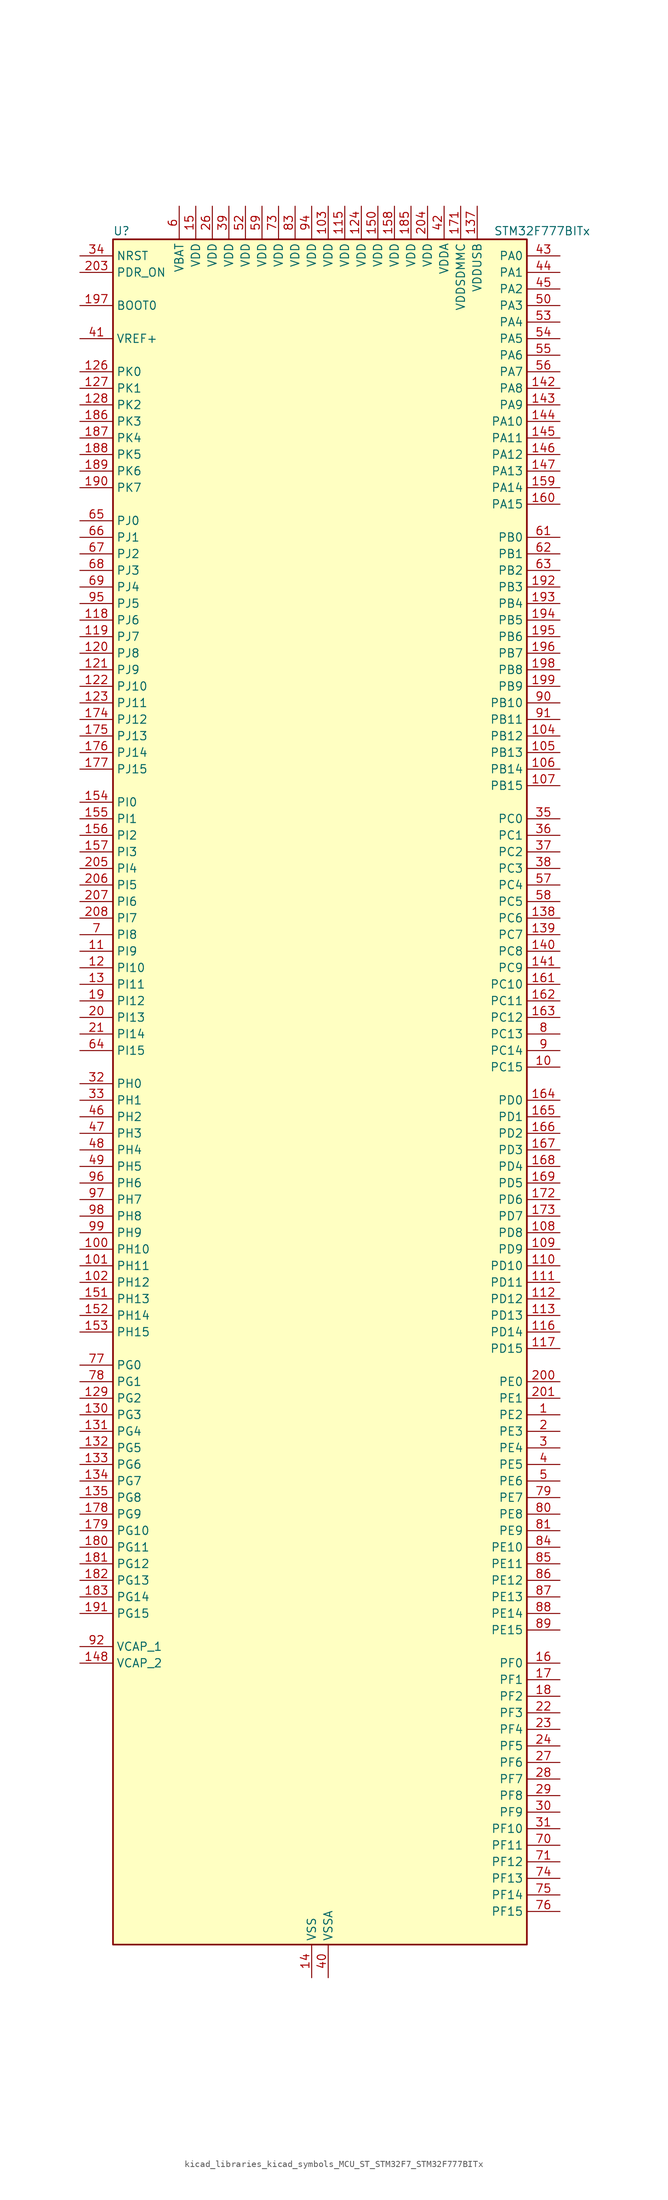
<source format=kicad_sym>
(kicad_symbol_lib
  (version 20220914)
  (generator kicad_symbol_editor)
  (symbol "kicad_libraries_kicad_symbols_MCU_ST_STM32F7_STM32F777BITx"
    (property "Reference" "U"
      (at -30.48 133.35 0)
      (effects (font (size 1.27 1.27)) (justify left)))
    (property "Value" "STM32F777BITx"
      (at 27.94 133.35 0)
      (effects (font (size 1.27 1.27)) (justify left)))
    (property "ki_locked" ""
      (at 0 0 0)
      (effects (font (size 1.27 1.27))))
    (symbol "kicad_libraries_kicad_symbols_MCU_ST_STM32F7_STM32F777BITx_0_1"
      (rectangle (start -30.48 -129.54) (end 33.02 132.08) (stroke (width 0.254) (type default)) (fill (type background))))
    (symbol "kicad_libraries_kicad_symbols_MCU_ST_STM32F7_STM32F777BITx_1_1"
      (pin bidirectional line (at 38.1 -48.26 180) (length 5.08) (name "PE2" (effects (font (size 1.27 1.27)))) (number "1" (effects (font (size 1.27 1.27)))) (alternate "ETH_TXD3" bidirectional line) (alternate "FMC_A23" bidirectional line) (alternate "QUADSPI_BK1_IO2" bidirectional line) (alternate "SAI1_MCLK_A" bidirectional line) (alternate "SPI4_SCK" bidirectional line) (alternate "SYS_TRACECLK" bidirectional line))
      (pin bidirectional line (at 38.1 5.08 180) (length 5.08) (name "PC15" (effects (font (size 1.27 1.27)))) (number "10" (effects (font (size 1.27 1.27)))) (alternate "RCC_OSC32_OUT" bidirectional line))
      (pin bidirectional line (at -35.56 -22.86 0) (length 5.08) (name "PH10" (effects (font (size 1.27 1.27)))) (number "100" (effects (font (size 1.27 1.27)))) (alternate "DCMI_D1" bidirectional line) (alternate "FMC_D18" bidirectional line) (alternate "I2C4_SMBA" bidirectional line) (alternate "LTDC_R4" bidirectional line) (alternate "TIM5_CH1" bidirectional line))
      (pin bidirectional line (at -35.56 -25.4 0) (length 5.08) (name "PH11" (effects (font (size 1.27 1.27)))) (number "101" (effects (font (size 1.27 1.27)))) (alternate "ADC1_EXTI11" bidirectional line) (alternate "ADC2_EXTI11" bidirectional line) (alternate "ADC3_EXTI11" bidirectional line) (alternate "DCMI_D2" bidirectional line) (alternate "FMC_D19" bidirectional line) (alternate "I2C4_SCL" bidirectional line) (alternate "LTDC_R5" bidirectional line) (alternate "TIM5_CH2" bidirectional line))
      (pin bidirectional line (at -35.56 -27.94 0) (length 5.08) (name "PH12" (effects (font (size 1.27 1.27)))) (number "102" (effects (font (size 1.27 1.27)))) (alternate "DCMI_D3" bidirectional line) (alternate "FMC_D20" bidirectional line) (alternate "I2C4_SDA" bidirectional line) (alternate "LTDC_R6" bidirectional line) (alternate "TIM5_CH3" bidirectional line))
      (pin power_in line (at 2.54 137.16 270) (length 5.08) (name "VDD" (effects (font (size 1.27 1.27)))) (number "103" (effects (font (size 1.27 1.27)))))
      (pin bidirectional line (at 38.1 55.88 180) (length 5.08) (name "PB12" (effects (font (size 1.27 1.27)))) (number "104" (effects (font (size 1.27 1.27)))) (alternate "CAN2_RX" bidirectional line) (alternate "DFSDM1_DATIN1" bidirectional line) (alternate "ETH_TXD0" bidirectional line) (alternate "I2C2_SMBA" bidirectional line) (alternate "I2S2_WS" bidirectional line) (alternate "SPI2_NSS" bidirectional line) (alternate "TIM1_BKIN" bidirectional line) (alternate "UART5_RX" bidirectional line) (alternate "USART3_CK" bidirectional line) (alternate "USB_OTG_HS_ID" bidirectional line) (alternate "USB_OTG_HS_ULPI_D5" bidirectional line))
      (pin bidirectional line (at 38.1 53.34 180) (length 5.08) (name "PB13" (effects (font (size 1.27 1.27)))) (number "105" (effects (font (size 1.27 1.27)))) (alternate "CAN2_TX" bidirectional line) (alternate "DFSDM1_CKIN1" bidirectional line) (alternate "ETH_TXD1" bidirectional line) (alternate "I2S2_CK" bidirectional line) (alternate "SPI2_SCK" bidirectional line) (alternate "TIM1_CH1N" bidirectional line) (alternate "UART5_TX" bidirectional line) (alternate "USART3_CTS" bidirectional line) (alternate "USB_OTG_HS_ULPI_D6" bidirectional line) (alternate "USB_OTG_HS_VBUS" bidirectional line))
      (pin bidirectional line (at 38.1 50.8 180) (length 5.08) (name "PB14" (effects (font (size 1.27 1.27)))) (number "106" (effects (font (size 1.27 1.27)))) (alternate "DFSDM1_DATIN2" bidirectional line) (alternate "SDMMC2_D0" bidirectional line) (alternate "SPI2_MISO" bidirectional line) (alternate "TIM12_CH1" bidirectional line) (alternate "TIM1_CH2N" bidirectional line) (alternate "TIM8_CH2N" bidirectional line) (alternate "UART4_DE" bidirectional line) (alternate "UART4_RTS" bidirectional line) (alternate "USART1_TX" bidirectional line) (alternate "USART3_DE" bidirectional line) (alternate "USART3_RTS" bidirectional line) (alternate "USB_OTG_HS_DM" bidirectional line))
      (pin bidirectional line (at 38.1 48.26 180) (length 5.08) (name "PB15" (effects (font (size 1.27 1.27)))) (number "107" (effects (font (size 1.27 1.27)))) (alternate "DFSDM1_CKIN2" bidirectional line) (alternate "I2S2_SD" bidirectional line) (alternate "RTC_REFIN" bidirectional line) (alternate "SDMMC2_D1" bidirectional line) (alternate "SPI2_MOSI" bidirectional line) (alternate "TIM12_CH2" bidirectional line) (alternate "TIM1_CH3N" bidirectional line) (alternate "TIM8_CH3N" bidirectional line) (alternate "UART4_CTS" bidirectional line) (alternate "USART1_RX" bidirectional line) (alternate "USB_OTG_HS_DP" bidirectional line))
      (pin bidirectional line (at 38.1 -20.32 180) (length 5.08) (name "PD8" (effects (font (size 1.27 1.27)))) (number "108" (effects (font (size 1.27 1.27)))) (alternate "DFSDM1_CKIN3" bidirectional line) (alternate "FMC_D13" bidirectional line) (alternate "FMC_DA13" bidirectional line) (alternate "SPDIFRX_IN1" bidirectional line) (alternate "USART3_TX" bidirectional line))
      (pin bidirectional line (at 38.1 -22.86 180) (length 5.08) (name "PD9" (effects (font (size 1.27 1.27)))) (number "109" (effects (font (size 1.27 1.27)))) (alternate "DAC_EXTI9" bidirectional line) (alternate "DFSDM1_DATIN3" bidirectional line) (alternate "FMC_D14" bidirectional line) (alternate "FMC_DA14" bidirectional line) (alternate "USART3_RX" bidirectional line))
      (pin bidirectional line (at -35.56 22.86 0) (length 5.08) (name "PI9" (effects (font (size 1.27 1.27)))) (number "11" (effects (font (size 1.27 1.27)))) (alternate "CAN1_RX" bidirectional line) (alternate "DAC_EXTI9" bidirectional line) (alternate "FMC_D30" bidirectional line) (alternate "LTDC_VSYNC" bidirectional line) (alternate "UART4_RX" bidirectional line))
      (pin bidirectional line (at 38.1 -25.4 180) (length 5.08) (name "PD10" (effects (font (size 1.27 1.27)))) (number "110" (effects (font (size 1.27 1.27)))) (alternate "DFSDM1_CKOUT" bidirectional line) (alternate "FMC_D15" bidirectional line) (alternate "FMC_DA15" bidirectional line) (alternate "LTDC_B3" bidirectional line) (alternate "USART3_CK" bidirectional line))
      (pin bidirectional line (at 38.1 -27.94 180) (length 5.08) (name "PD11" (effects (font (size 1.27 1.27)))) (number "111" (effects (font (size 1.27 1.27)))) (alternate "ADC1_EXTI11" bidirectional line) (alternate "ADC2_EXTI11" bidirectional line) (alternate "ADC3_EXTI11" bidirectional line) (alternate "FMC_A16" bidirectional line) (alternate "FMC_CLE" bidirectional line) (alternate "I2C4_SMBA" bidirectional line) (alternate "QUADSPI_BK1_IO0" bidirectional line) (alternate "SAI2_SD_A" bidirectional line) (alternate "USART3_CTS" bidirectional line))
      (pin bidirectional line (at 38.1 -30.48 180) (length 5.08) (name "PD12" (effects (font (size 1.27 1.27)))) (number "112" (effects (font (size 1.27 1.27)))) (alternate "FMC_A17" bidirectional line) (alternate "FMC_ALE" bidirectional line) (alternate "I2C4_SCL" bidirectional line) (alternate "LPTIM1_IN1" bidirectional line) (alternate "QUADSPI_BK1_IO1" bidirectional line) (alternate "SAI2_FS_A" bidirectional line) (alternate "TIM4_CH1" bidirectional line) (alternate "USART3_DE" bidirectional line) (alternate "USART3_RTS" bidirectional line))
      (pin bidirectional line (at 38.1 -33.02 180) (length 5.08) (name "PD13" (effects (font (size 1.27 1.27)))) (number "113" (effects (font (size 1.27 1.27)))) (alternate "FMC_A18" bidirectional line) (alternate "I2C4_SDA" bidirectional line) (alternate "LPTIM1_OUT" bidirectional line) (alternate "QUADSPI_BK1_IO3" bidirectional line) (alternate "SAI2_SCK_A" bidirectional line) (alternate "TIM4_CH2" bidirectional line))
      (pin passive line (at 0 -134.62 90) (length 5.08) hide (name "VSS" (effects (font (size 1.27 1.27)))) (number "114" (effects (font (size 1.27 1.27)))))
      (pin power_in line (at 5.08 137.16 270) (length 5.08) (name "VDD" (effects (font (size 1.27 1.27)))) (number "115" (effects (font (size 1.27 1.27)))))
      (pin bidirectional line (at 38.1 -35.56 180) (length 5.08) (name "PD14" (effects (font (size 1.27 1.27)))) (number "116" (effects (font (size 1.27 1.27)))) (alternate "FMC_D0" bidirectional line) (alternate "FMC_DA0" bidirectional line) (alternate "TIM4_CH3" bidirectional line) (alternate "UART8_CTS" bidirectional line))
      (pin bidirectional line (at 38.1 -38.1 180) (length 5.08) (name "PD15" (effects (font (size 1.27 1.27)))) (number "117" (effects (font (size 1.27 1.27)))) (alternate "FMC_D1" bidirectional line) (alternate "FMC_DA1" bidirectional line) (alternate "TIM4_CH4" bidirectional line) (alternate "UART8_DE" bidirectional line) (alternate "UART8_RTS" bidirectional line))
      (pin bidirectional line (at -35.56 73.66 0) (length 5.08) (name "PJ6" (effects (font (size 1.27 1.27)))) (number "118" (effects (font (size 1.27 1.27)))) (alternate "LTDC_R7" bidirectional line))
      (pin bidirectional line (at -35.56 71.12 0) (length 5.08) (name "PJ7" (effects (font (size 1.27 1.27)))) (number "119" (effects (font (size 1.27 1.27)))) (alternate "LTDC_G0" bidirectional line))
      (pin bidirectional line (at -35.56 20.32 0) (length 5.08) (name "PI10" (effects (font (size 1.27 1.27)))) (number "12" (effects (font (size 1.27 1.27)))) (alternate "ETH_RX_ER" bidirectional line) (alternate "FMC_D31" bidirectional line) (alternate "LTDC_HSYNC" bidirectional line))
      (pin bidirectional line (at -35.56 68.58 0) (length 5.08) (name "PJ8" (effects (font (size 1.27 1.27)))) (number "120" (effects (font (size 1.27 1.27)))) (alternate "LTDC_G1" bidirectional line))
      (pin bidirectional line (at -35.56 66.04 0) (length 5.08) (name "PJ9" (effects (font (size 1.27 1.27)))) (number "121" (effects (font (size 1.27 1.27)))) (alternate "DAC_EXTI9" bidirectional line) (alternate "LTDC_G2" bidirectional line))
      (pin bidirectional line (at -35.56 63.5 0) (length 5.08) (name "PJ10" (effects (font (size 1.27 1.27)))) (number "122" (effects (font (size 1.27 1.27)))) (alternate "LTDC_G3" bidirectional line))
      (pin bidirectional line (at -35.56 60.96 0) (length 5.08) (name "PJ11" (effects (font (size 1.27 1.27)))) (number "123" (effects (font (size 1.27 1.27)))) (alternate "ADC1_EXTI11" bidirectional line) (alternate "ADC2_EXTI11" bidirectional line) (alternate "ADC3_EXTI11" bidirectional line) (alternate "LTDC_G4" bidirectional line))
      (pin power_in line (at 7.62 137.16 270) (length 5.08) (name "VDD" (effects (font (size 1.27 1.27)))) (number "124" (effects (font (size 1.27 1.27)))))
      (pin passive line (at 0 -134.62 90) (length 5.08) hide (name "VSS" (effects (font (size 1.27 1.27)))) (number "125" (effects (font (size 1.27 1.27)))))
      (pin bidirectional line (at -35.56 111.76 0) (length 5.08) (name "PK0" (effects (font (size 1.27 1.27)))) (number "126" (effects (font (size 1.27 1.27)))) (alternate "LTDC_G5" bidirectional line))
      (pin bidirectional line (at -35.56 109.22 0) (length 5.08) (name "PK1" (effects (font (size 1.27 1.27)))) (number "127" (effects (font (size 1.27 1.27)))) (alternate "LTDC_G6" bidirectional line))
      (pin bidirectional line (at -35.56 106.68 0) (length 5.08) (name "PK2" (effects (font (size 1.27 1.27)))) (number "128" (effects (font (size 1.27 1.27)))) (alternate "LTDC_G7" bidirectional line))
      (pin bidirectional line (at -35.56 -45.72 0) (length 5.08) (name "PG2" (effects (font (size 1.27 1.27)))) (number "129" (effects (font (size 1.27 1.27)))) (alternate "FMC_A12" bidirectional line))
      (pin bidirectional line (at -35.56 17.78 0) (length 5.08) (name "PI11" (effects (font (size 1.27 1.27)))) (number "13" (effects (font (size 1.27 1.27)))) (alternate "ADC1_EXTI11" bidirectional line) (alternate "ADC2_EXTI11" bidirectional line) (alternate "ADC3_EXTI11" bidirectional line) (alternate "LTDC_G6" bidirectional line) (alternate "SYS_WKUP6" bidirectional line) (alternate "USB_OTG_HS_ULPI_DIR" bidirectional line))
      (pin bidirectional line (at -35.56 -48.26 0) (length 5.08) (name "PG3" (effects (font (size 1.27 1.27)))) (number "130" (effects (font (size 1.27 1.27)))) (alternate "FMC_A13" bidirectional line))
      (pin bidirectional line (at -35.56 -50.8 0) (length 5.08) (name "PG4" (effects (font (size 1.27 1.27)))) (number "131" (effects (font (size 1.27 1.27)))) (alternate "FMC_A14" bidirectional line) (alternate "FMC_BA0" bidirectional line))
      (pin bidirectional line (at -35.56 -53.34 0) (length 5.08) (name "PG5" (effects (font (size 1.27 1.27)))) (number "132" (effects (font (size 1.27 1.27)))) (alternate "FMC_A15" bidirectional line) (alternate "FMC_BA1" bidirectional line))
      (pin bidirectional line (at -35.56 -55.88 0) (length 5.08) (name "PG6" (effects (font (size 1.27 1.27)))) (number "133" (effects (font (size 1.27 1.27)))) (alternate "DCMI_D12" bidirectional line) (alternate "FMC_NE3" bidirectional line) (alternate "LTDC_R7" bidirectional line))
      (pin bidirectional line (at -35.56 -58.42 0) (length 5.08) (name "PG7" (effects (font (size 1.27 1.27)))) (number "134" (effects (font (size 1.27 1.27)))) (alternate "DCMI_D13" bidirectional line) (alternate "FMC_INT" bidirectional line) (alternate "LTDC_CLK" bidirectional line) (alternate "SAI1_MCLK_A" bidirectional line) (alternate "USART6_CK" bidirectional line))
      (pin bidirectional line (at -35.56 -60.96 0) (length 5.08) (name "PG8" (effects (font (size 1.27 1.27)))) (number "135" (effects (font (size 1.27 1.27)))) (alternate "ETH_PPS_OUT" bidirectional line) (alternate "FMC_SDCLK" bidirectional line) (alternate "LTDC_G7" bidirectional line) (alternate "SPDIFRX_IN2" bidirectional line) (alternate "SPI6_NSS" bidirectional line) (alternate "USART6_DE" bidirectional line) (alternate "USART6_RTS" bidirectional line))
      (pin passive line (at 0 -134.62 90) (length 5.08) hide (name "VSS" (effects (font (size 1.27 1.27)))) (number "136" (effects (font (size 1.27 1.27)))))
      (pin power_in line (at 25.4 137.16 270) (length 5.08) (name "VDDUSB" (effects (font (size 1.27 1.27)))) (number "137" (effects (font (size 1.27 1.27)))))
      (pin bidirectional line (at 38.1 27.94 180) (length 5.08) (name "PC6" (effects (font (size 1.27 1.27)))) (number "138" (effects (font (size 1.27 1.27)))) (alternate "DCMI_D0" bidirectional line) (alternate "DFSDM1_CKIN3" bidirectional line) (alternate "FMC_NWAIT" bidirectional line) (alternate "I2S2_MCK" bidirectional line) (alternate "LTDC_HSYNC" bidirectional line) (alternate "SDMMC1_D6" bidirectional line) (alternate "SDMMC2_D6" bidirectional line) (alternate "TIM3_CH1" bidirectional line) (alternate "TIM8_CH1" bidirectional line) (alternate "USART6_TX" bidirectional line))
      (pin bidirectional line (at 38.1 25.4 180) (length 5.08) (name "PC7" (effects (font (size 1.27 1.27)))) (number "139" (effects (font (size 1.27 1.27)))) (alternate "DCMI_D1" bidirectional line) (alternate "DFSDM1_DATIN3" bidirectional line) (alternate "FMC_NE1" bidirectional line) (alternate "I2S3_MCK" bidirectional line) (alternate "LTDC_G6" bidirectional line) (alternate "SDMMC1_D7" bidirectional line) (alternate "SDMMC2_D7" bidirectional line) (alternate "TIM3_CH2" bidirectional line) (alternate "TIM8_CH2" bidirectional line) (alternate "USART6_RX" bidirectional line))
      (pin power_in line (at 0 -134.62 90) (length 5.08) (name "VSS" (effects (font (size 1.27 1.27)))) (number "14" (effects (font (size 1.27 1.27)))))
      (pin bidirectional line (at 38.1 22.86 180) (length 5.08) (name "PC8" (effects (font (size 1.27 1.27)))) (number "140" (effects (font (size 1.27 1.27)))) (alternate "DCMI_D2" bidirectional line) (alternate "FMC_NCE" bidirectional line) (alternate "FMC_NE2" bidirectional line) (alternate "SDMMC1_D0" bidirectional line) (alternate "SYS_TRACED1" bidirectional line) (alternate "TIM3_CH3" bidirectional line) (alternate "TIM8_CH3" bidirectional line) (alternate "UART5_DE" bidirectional line) (alternate "UART5_RTS" bidirectional line) (alternate "USART6_CK" bidirectional line))
      (pin bidirectional line (at 38.1 20.32 180) (length 5.08) (name "PC9" (effects (font (size 1.27 1.27)))) (number "141" (effects (font (size 1.27 1.27)))) (alternate "DAC_EXTI9" bidirectional line) (alternate "DCMI_D3" bidirectional line) (alternate "I2C3_SDA" bidirectional line) (alternate "I2S_CKIN" bidirectional line) (alternate "LTDC_B2" bidirectional line) (alternate "LTDC_G3" bidirectional line) (alternate "QUADSPI_BK1_IO0" bidirectional line) (alternate "RCC_MCO_2" bidirectional line) (alternate "SDMMC1_D1" bidirectional line) (alternate "TIM3_CH4" bidirectional line) (alternate "TIM8_CH4" bidirectional line) (alternate "UART5_CTS" bidirectional line))
      (pin bidirectional line (at 38.1 109.22 180) (length 5.08) (name "PA8" (effects (font (size 1.27 1.27)))) (number "142" (effects (font (size 1.27 1.27)))) (alternate "CAN3_RX" bidirectional line) (alternate "I2C3_SCL" bidirectional line) (alternate "LTDC_B3" bidirectional line) (alternate "LTDC_R6" bidirectional line) (alternate "RCC_MCO_1" bidirectional line) (alternate "TIM1_CH1" bidirectional line) (alternate "TIM8_BKIN2" bidirectional line) (alternate "UART7_RX" bidirectional line) (alternate "USART1_CK" bidirectional line) (alternate "USB_OTG_FS_SOF" bidirectional line))
      (pin bidirectional line (at 38.1 106.68 180) (length 5.08) (name "PA9" (effects (font (size 1.27 1.27)))) (number "143" (effects (font (size 1.27 1.27)))) (alternate "DAC_EXTI9" bidirectional line) (alternate "DCMI_D0" bidirectional line) (alternate "I2C3_SMBA" bidirectional line) (alternate "I2S2_CK" bidirectional line) (alternate "LTDC_R5" bidirectional line) (alternate "SPI2_SCK" bidirectional line) (alternate "TIM1_CH2" bidirectional line) (alternate "USART1_TX" bidirectional line) (alternate "USB_OTG_FS_VBUS" bidirectional line))
      (pin bidirectional line (at 38.1 104.14 180) (length 5.08) (name "PA10" (effects (font (size 1.27 1.27)))) (number "144" (effects (font (size 1.27 1.27)))) (alternate "DCMI_D1" bidirectional line) (alternate "LTDC_B1" bidirectional line) (alternate "LTDC_B4" bidirectional line) (alternate "MDIOS_MDIO" bidirectional line) (alternate "TIM1_CH3" bidirectional line) (alternate "USART1_RX" bidirectional line) (alternate "USB_OTG_FS_ID" bidirectional line))
      (pin bidirectional line (at 38.1 101.6 180) (length 5.08) (name "PA11" (effects (font (size 1.27 1.27)))) (number "145" (effects (font (size 1.27 1.27)))) (alternate "ADC1_EXTI11" bidirectional line) (alternate "ADC2_EXTI11" bidirectional line) (alternate "ADC3_EXTI11" bidirectional line) (alternate "CAN1_RX" bidirectional line) (alternate "I2S2_WS" bidirectional line) (alternate "LTDC_R4" bidirectional line) (alternate "SPI2_NSS" bidirectional line) (alternate "TIM1_CH4" bidirectional line) (alternate "UART4_RX" bidirectional line) (alternate "USART1_CTS" bidirectional line) (alternate "USB_OTG_FS_DM" bidirectional line))
      (pin bidirectional line (at 38.1 99.06 180) (length 5.08) (name "PA12" (effects (font (size 1.27 1.27)))) (number "146" (effects (font (size 1.27 1.27)))) (alternate "CAN1_TX" bidirectional line) (alternate "I2S2_CK" bidirectional line) (alternate "LTDC_R5" bidirectional line) (alternate "SAI2_FS_B" bidirectional line) (alternate "SPI2_SCK" bidirectional line) (alternate "TIM1_ETR" bidirectional line) (alternate "UART4_TX" bidirectional line) (alternate "USART1_DE" bidirectional line) (alternate "USART1_RTS" bidirectional line) (alternate "USB_OTG_FS_DP" bidirectional line))
      (pin bidirectional line (at 38.1 96.52 180) (length 5.08) (name "PA13" (effects (font (size 1.27 1.27)))) (number "147" (effects (font (size 1.27 1.27)))) (alternate "SYS_JTMS-SWDIO" bidirectional line))
      (pin power_out line (at -35.56 -86.36 0) (length 5.08) (name "VCAP_2" (effects (font (size 1.27 1.27)))) (number "148" (effects (font (size 1.27 1.27)))))
      (pin passive line (at 0 -134.62 90) (length 5.08) hide (name "VSS" (effects (font (size 1.27 1.27)))) (number "149" (effects (font (size 1.27 1.27)))))
      (pin power_in line (at -17.78 137.16 270) (length 5.08) (name "VDD" (effects (font (size 1.27 1.27)))) (number "15" (effects (font (size 1.27 1.27)))))
      (pin power_in line (at 10.16 137.16 270) (length 5.08) (name "VDD" (effects (font (size 1.27 1.27)))) (number "150" (effects (font (size 1.27 1.27)))))
      (pin bidirectional line (at -35.56 -30.48 0) (length 5.08) (name "PH13" (effects (font (size 1.27 1.27)))) (number "151" (effects (font (size 1.27 1.27)))) (alternate "CAN1_TX" bidirectional line) (alternate "FMC_D21" bidirectional line) (alternate "LTDC_G2" bidirectional line) (alternate "TIM8_CH1N" bidirectional line) (alternate "UART4_TX" bidirectional line))
      (pin bidirectional line (at -35.56 -33.02 0) (length 5.08) (name "PH14" (effects (font (size 1.27 1.27)))) (number "152" (effects (font (size 1.27 1.27)))) (alternate "CAN1_RX" bidirectional line) (alternate "DCMI_D4" bidirectional line) (alternate "FMC_D22" bidirectional line) (alternate "LTDC_G3" bidirectional line) (alternate "TIM8_CH2N" bidirectional line) (alternate "UART4_RX" bidirectional line))
      (pin bidirectional line (at -35.56 -35.56 0) (length 5.08) (name "PH15" (effects (font (size 1.27 1.27)))) (number "153" (effects (font (size 1.27 1.27)))) (alternate "DCMI_D11" bidirectional line) (alternate "FMC_D23" bidirectional line) (alternate "LTDC_G4" bidirectional line) (alternate "TIM8_CH3N" bidirectional line))
      (pin bidirectional line (at -35.56 45.72 0) (length 5.08) (name "PI0" (effects (font (size 1.27 1.27)))) (number "154" (effects (font (size 1.27 1.27)))) (alternate "DCMI_D13" bidirectional line) (alternate "FMC_D24" bidirectional line) (alternate "I2S2_WS" bidirectional line) (alternate "LTDC_G5" bidirectional line) (alternate "SPI2_NSS" bidirectional line) (alternate "TIM5_CH4" bidirectional line))
      (pin bidirectional line (at -35.56 43.18 0) (length 5.08) (name "PI1" (effects (font (size 1.27 1.27)))) (number "155" (effects (font (size 1.27 1.27)))) (alternate "DCMI_D8" bidirectional line) (alternate "FMC_D25" bidirectional line) (alternate "I2S2_CK" bidirectional line) (alternate "LTDC_G6" bidirectional line) (alternate "SPI2_SCK" bidirectional line) (alternate "TIM8_BKIN2" bidirectional line))
      (pin bidirectional line (at -35.56 40.64 0) (length 5.08) (name "PI2" (effects (font (size 1.27 1.27)))) (number "156" (effects (font (size 1.27 1.27)))) (alternate "DCMI_D9" bidirectional line) (alternate "FMC_D26" bidirectional line) (alternate "LTDC_G7" bidirectional line) (alternate "SPI2_MISO" bidirectional line) (alternate "TIM8_CH4" bidirectional line))
      (pin bidirectional line (at -35.56 38.1 0) (length 5.08) (name "PI3" (effects (font (size 1.27 1.27)))) (number "157" (effects (font (size 1.27 1.27)))) (alternate "DCMI_D10" bidirectional line) (alternate "FMC_D27" bidirectional line) (alternate "I2S2_SD" bidirectional line) (alternate "SPI2_MOSI" bidirectional line) (alternate "TIM8_ETR" bidirectional line))
      (pin power_in line (at 12.7 137.16 270) (length 5.08) (name "VDD" (effects (font (size 1.27 1.27)))) (number "158" (effects (font (size 1.27 1.27)))))
      (pin bidirectional line (at 38.1 93.98 180) (length 5.08) (name "PA14" (effects (font (size 1.27 1.27)))) (number "159" (effects (font (size 1.27 1.27)))) (alternate "SYS_JTCK-SWCLK" bidirectional line))
      (pin bidirectional line (at 38.1 -86.36 180) (length 5.08) (name "PF0" (effects (font (size 1.27 1.27)))) (number "16" (effects (font (size 1.27 1.27)))) (alternate "FMC_A0" bidirectional line) (alternate "I2C2_SDA" bidirectional line))
      (pin bidirectional line (at 38.1 91.44 180) (length 5.08) (name "PA15" (effects (font (size 1.27 1.27)))) (number "160" (effects (font (size 1.27 1.27)))) (alternate "CAN3_TX" bidirectional line) (alternate "CEC" bidirectional line) (alternate "I2S1_WS" bidirectional line) (alternate "I2S3_WS" bidirectional line) (alternate "SPI1_NSS" bidirectional line) (alternate "SPI3_NSS" bidirectional line) (alternate "SPI6_NSS" bidirectional line) (alternate "SYS_JTDI" bidirectional line) (alternate "TIM2_CH1" bidirectional line) (alternate "TIM2_ETR" bidirectional line) (alternate "UART4_DE" bidirectional line) (alternate "UART4_RTS" bidirectional line) (alternate "UART7_TX" bidirectional line))
      (pin bidirectional line (at 38.1 17.78 180) (length 5.08) (name "PC10" (effects (font (size 1.27 1.27)))) (number "161" (effects (font (size 1.27 1.27)))) (alternate "DCMI_D8" bidirectional line) (alternate "DFSDM1_CKIN5" bidirectional line) (alternate "I2S3_CK" bidirectional line) (alternate "LTDC_R2" bidirectional line) (alternate "QUADSPI_BK1_IO1" bidirectional line) (alternate "SDMMC1_D2" bidirectional line) (alternate "SPI3_SCK" bidirectional line) (alternate "UART4_TX" bidirectional line) (alternate "USART3_TX" bidirectional line))
      (pin bidirectional line (at 38.1 15.24 180) (length 5.08) (name "PC11" (effects (font (size 1.27 1.27)))) (number "162" (effects (font (size 1.27 1.27)))) (alternate "ADC1_EXTI11" bidirectional line) (alternate "ADC2_EXTI11" bidirectional line) (alternate "ADC3_EXTI11" bidirectional line) (alternate "DCMI_D4" bidirectional line) (alternate "DFSDM1_DATIN5" bidirectional line) (alternate "QUADSPI_BK2_NCS" bidirectional line) (alternate "SDMMC1_D3" bidirectional line) (alternate "SPI3_MISO" bidirectional line) (alternate "UART4_RX" bidirectional line) (alternate "USART3_RX" bidirectional line))
      (pin bidirectional line (at 38.1 12.7 180) (length 5.08) (name "PC12" (effects (font (size 1.27 1.27)))) (number "163" (effects (font (size 1.27 1.27)))) (alternate "DCMI_D9" bidirectional line) (alternate "I2S3_SD" bidirectional line) (alternate "SDMMC1_CK" bidirectional line) (alternate "SPI3_MOSI" bidirectional line) (alternate "SYS_TRACED3" bidirectional line) (alternate "UART5_TX" bidirectional line) (alternate "USART3_CK" bidirectional line))
      (pin bidirectional line (at 38.1 0 180) (length 5.08) (name "PD0" (effects (font (size 1.27 1.27)))) (number "164" (effects (font (size 1.27 1.27)))) (alternate "CAN1_RX" bidirectional line) (alternate "DFSDM1_CKIN6" bidirectional line) (alternate "DFSDM1_DATIN7" bidirectional line) (alternate "FMC_D2" bidirectional line) (alternate "FMC_DA2" bidirectional line) (alternate "UART4_RX" bidirectional line))
      (pin bidirectional line (at 38.1 -2.54 180) (length 5.08) (name "PD1" (effects (font (size 1.27 1.27)))) (number "165" (effects (font (size 1.27 1.27)))) (alternate "CAN1_TX" bidirectional line) (alternate "DFSDM1_CKIN7" bidirectional line) (alternate "DFSDM1_DATIN6" bidirectional line) (alternate "FMC_D3" bidirectional line) (alternate "FMC_DA3" bidirectional line) (alternate "UART4_TX" bidirectional line))
      (pin bidirectional line (at 38.1 -5.08 180) (length 5.08) (name "PD2" (effects (font (size 1.27 1.27)))) (number "166" (effects (font (size 1.27 1.27)))) (alternate "DCMI_D11" bidirectional line) (alternate "SDMMC1_CMD" bidirectional line) (alternate "SYS_TRACED2" bidirectional line) (alternate "TIM3_ETR" bidirectional line) (alternate "UART5_RX" bidirectional line))
      (pin bidirectional line (at 38.1 -7.62 180) (length 5.08) (name "PD3" (effects (font (size 1.27 1.27)))) (number "167" (effects (font (size 1.27 1.27)))) (alternate "DCMI_D5" bidirectional line) (alternate "DFSDM1_CKOUT" bidirectional line) (alternate "DFSDM1_DATIN0" bidirectional line) (alternate "FMC_CLK" bidirectional line) (alternate "I2S2_CK" bidirectional line) (alternate "LTDC_G7" bidirectional line) (alternate "SPI2_SCK" bidirectional line) (alternate "USART2_CTS" bidirectional line))
      (pin bidirectional line (at 38.1 -10.16 180) (length 5.08) (name "PD4" (effects (font (size 1.27 1.27)))) (number "168" (effects (font (size 1.27 1.27)))) (alternate "DFSDM1_CKIN0" bidirectional line) (alternate "FMC_NOE" bidirectional line) (alternate "USART2_DE" bidirectional line) (alternate "USART2_RTS" bidirectional line))
      (pin bidirectional line (at 38.1 -12.7 180) (length 5.08) (name "PD5" (effects (font (size 1.27 1.27)))) (number "169" (effects (font (size 1.27 1.27)))) (alternate "FMC_NWE" bidirectional line) (alternate "USART2_TX" bidirectional line))
      (pin bidirectional line (at 38.1 -88.9 180) (length 5.08) (name "PF1" (effects (font (size 1.27 1.27)))) (number "17" (effects (font (size 1.27 1.27)))) (alternate "FMC_A1" bidirectional line) (alternate "I2C2_SCL" bidirectional line))
      (pin passive line (at 0 -134.62 90) (length 5.08) hide (name "VSS" (effects (font (size 1.27 1.27)))) (number "170" (effects (font (size 1.27 1.27)))))
      (pin power_in line (at 22.86 137.16 270) (length 5.08) (name "VDDSDMMC" (effects (font (size 1.27 1.27)))) (number "171" (effects (font (size 1.27 1.27)))))
      (pin bidirectional line (at 38.1 -15.24 180) (length 5.08) (name "PD6" (effects (font (size 1.27 1.27)))) (number "172" (effects (font (size 1.27 1.27)))) (alternate "DCMI_D10" bidirectional line) (alternate "DFSDM1_CKIN4" bidirectional line) (alternate "DFSDM1_DATIN1" bidirectional line) (alternate "FMC_NWAIT" bidirectional line) (alternate "I2S3_SD" bidirectional line) (alternate "LTDC_B2" bidirectional line) (alternate "SAI1_SD_A" bidirectional line) (alternate "SDMMC2_CK" bidirectional line) (alternate "SPI3_MOSI" bidirectional line) (alternate "USART2_RX" bidirectional line))
      (pin bidirectional line (at 38.1 -17.78 180) (length 5.08) (name "PD7" (effects (font (size 1.27 1.27)))) (number "173" (effects (font (size 1.27 1.27)))) (alternate "DFSDM1_CKIN1" bidirectional line) (alternate "DFSDM1_DATIN4" bidirectional line) (alternate "FMC_NE1" bidirectional line) (alternate "I2S1_SD" bidirectional line) (alternate "SDMMC2_CMD" bidirectional line) (alternate "SPDIFRX_IN0" bidirectional line) (alternate "SPI1_MOSI" bidirectional line) (alternate "USART2_CK" bidirectional line))
      (pin bidirectional line (at -35.56 58.42 0) (length 5.08) (name "PJ12" (effects (font (size 1.27 1.27)))) (number "174" (effects (font (size 1.27 1.27)))) (alternate "LTDC_B0" bidirectional line) (alternate "LTDC_G3" bidirectional line))
      (pin bidirectional line (at -35.56 55.88 0) (length 5.08) (name "PJ13" (effects (font (size 1.27 1.27)))) (number "175" (effects (font (size 1.27 1.27)))) (alternate "LTDC_B1" bidirectional line) (alternate "LTDC_G4" bidirectional line))
      (pin bidirectional line (at -35.56 53.34 0) (length 5.08) (name "PJ14" (effects (font (size 1.27 1.27)))) (number "176" (effects (font (size 1.27 1.27)))) (alternate "LTDC_B2" bidirectional line))
      (pin bidirectional line (at -35.56 50.8 0) (length 5.08) (name "PJ15" (effects (font (size 1.27 1.27)))) (number "177" (effects (font (size 1.27 1.27)))) (alternate "LTDC_B3" bidirectional line))
      (pin bidirectional line (at -35.56 -63.5 0) (length 5.08) (name "PG9" (effects (font (size 1.27 1.27)))) (number "178" (effects (font (size 1.27 1.27)))) (alternate "DAC_EXTI9" bidirectional line) (alternate "DCMI_VSYNC" bidirectional line) (alternate "FMC_NCE" bidirectional line) (alternate "FMC_NE2" bidirectional line) (alternate "QUADSPI_BK2_IO2" bidirectional line) (alternate "SAI2_FS_B" bidirectional line) (alternate "SDMMC2_D0" bidirectional line) (alternate "SPDIFRX_IN3" bidirectional line) (alternate "SPI1_MISO" bidirectional line) (alternate "USART6_RX" bidirectional line))
      (pin bidirectional line (at -35.56 -66.04 0) (length 5.08) (name "PG10" (effects (font (size 1.27 1.27)))) (number "179" (effects (font (size 1.27 1.27)))) (alternate "DCMI_D2" bidirectional line) (alternate "FMC_NE3" bidirectional line) (alternate "I2S1_WS" bidirectional line) (alternate "LTDC_B2" bidirectional line) (alternate "LTDC_G3" bidirectional line) (alternate "SAI2_SD_B" bidirectional line) (alternate "SDMMC2_D1" bidirectional line) (alternate "SPI1_NSS" bidirectional line))
      (pin bidirectional line (at 38.1 -91.44 180) (length 5.08) (name "PF2" (effects (font (size 1.27 1.27)))) (number "18" (effects (font (size 1.27 1.27)))) (alternate "FMC_A2" bidirectional line) (alternate "I2C2_SMBA" bidirectional line))
      (pin bidirectional line (at -35.56 -68.58 0) (length 5.08) (name "PG11" (effects (font (size 1.27 1.27)))) (number "180" (effects (font (size 1.27 1.27)))) (alternate "ADC1_EXTI11" bidirectional line) (alternate "ADC2_EXTI11" bidirectional line) (alternate "ADC3_EXTI11" bidirectional line) (alternate "DCMI_D3" bidirectional line) (alternate "ETH_TX_EN" bidirectional line) (alternate "I2S1_CK" bidirectional line) (alternate "LTDC_B3" bidirectional line) (alternate "SDMMC2_D2" bidirectional line) (alternate "SPDIFRX_IN0" bidirectional line) (alternate "SPI1_SCK" bidirectional line))
      (pin bidirectional line (at -35.56 -71.12 0) (length 5.08) (name "PG12" (effects (font (size 1.27 1.27)))) (number "181" (effects (font (size 1.27 1.27)))) (alternate "FMC_NE4" bidirectional line) (alternate "LPTIM1_IN1" bidirectional line) (alternate "LTDC_B1" bidirectional line) (alternate "LTDC_B4" bidirectional line) (alternate "SDMMC2_D3" bidirectional line) (alternate "SPDIFRX_IN1" bidirectional line) (alternate "SPI6_MISO" bidirectional line) (alternate "USART6_DE" bidirectional line) (alternate "USART6_RTS" bidirectional line))
      (pin bidirectional line (at -35.56 -73.66 0) (length 5.08) (name "PG13" (effects (font (size 1.27 1.27)))) (number "182" (effects (font (size 1.27 1.27)))) (alternate "ETH_TXD0" bidirectional line) (alternate "FMC_A24" bidirectional line) (alternate "LPTIM1_OUT" bidirectional line) (alternate "LTDC_R0" bidirectional line) (alternate "SPI6_SCK" bidirectional line) (alternate "SYS_TRACED0" bidirectional line) (alternate "USART6_CTS" bidirectional line))
      (pin bidirectional line (at -35.56 -76.2 0) (length 5.08) (name "PG14" (effects (font (size 1.27 1.27)))) (number "183" (effects (font (size 1.27 1.27)))) (alternate "ETH_TXD1" bidirectional line) (alternate "FMC_A25" bidirectional line) (alternate "LPTIM1_ETR" bidirectional line) (alternate "LTDC_B0" bidirectional line) (alternate "QUADSPI_BK2_IO3" bidirectional line) (alternate "SPI6_MOSI" bidirectional line) (alternate "SYS_TRACED1" bidirectional line) (alternate "USART6_TX" bidirectional line))
      (pin passive line (at 0 -134.62 90) (length 5.08) hide (name "VSS" (effects (font (size 1.27 1.27)))) (number "184" (effects (font (size 1.27 1.27)))))
      (pin power_in line (at 15.24 137.16 270) (length 5.08) (name "VDD" (effects (font (size 1.27 1.27)))) (number "185" (effects (font (size 1.27 1.27)))))
      (pin bidirectional line (at -35.56 104.14 0) (length 5.08) (name "PK3" (effects (font (size 1.27 1.27)))) (number "186" (effects (font (size 1.27 1.27)))) (alternate "LTDC_B4" bidirectional line))
      (pin bidirectional line (at -35.56 101.6 0) (length 5.08) (name "PK4" (effects (font (size 1.27 1.27)))) (number "187" (effects (font (size 1.27 1.27)))) (alternate "LTDC_B5" bidirectional line))
      (pin bidirectional line (at -35.56 99.06 0) (length 5.08) (name "PK5" (effects (font (size 1.27 1.27)))) (number "188" (effects (font (size 1.27 1.27)))) (alternate "LTDC_B6" bidirectional line))
      (pin bidirectional line (at -35.56 96.52 0) (length 5.08) (name "PK6" (effects (font (size 1.27 1.27)))) (number "189" (effects (font (size 1.27 1.27)))) (alternate "LTDC_B7" bidirectional line))
      (pin bidirectional line (at -35.56 15.24 0) (length 5.08) (name "PI12" (effects (font (size 1.27 1.27)))) (number "19" (effects (font (size 1.27 1.27)))) (alternate "LTDC_HSYNC" bidirectional line))
      (pin bidirectional line (at -35.56 93.98 0) (length 5.08) (name "PK7" (effects (font (size 1.27 1.27)))) (number "190" (effects (font (size 1.27 1.27)))) (alternate "LTDC_DE" bidirectional line))
      (pin bidirectional line (at -35.56 -78.74 0) (length 5.08) (name "PG15" (effects (font (size 1.27 1.27)))) (number "191" (effects (font (size 1.27 1.27)))) (alternate "DCMI_D13" bidirectional line) (alternate "FMC_SDNCAS" bidirectional line) (alternate "USART6_CTS" bidirectional line))
      (pin bidirectional line (at 38.1 78.74 180) (length 5.08) (name "PB3" (effects (font (size 1.27 1.27)))) (number "192" (effects (font (size 1.27 1.27)))) (alternate "CAN3_RX" bidirectional line) (alternate "I2S1_CK" bidirectional line) (alternate "I2S3_CK" bidirectional line) (alternate "SDMMC2_D2" bidirectional line) (alternate "SPI1_SCK" bidirectional line) (alternate "SPI3_SCK" bidirectional line) (alternate "SPI6_SCK" bidirectional line) (alternate "SYS_JTDO-SWO" bidirectional line) (alternate "TIM2_CH2" bidirectional line) (alternate "UART7_RX" bidirectional line))
      (pin bidirectional line (at 38.1 76.2 180) (length 5.08) (name "PB4" (effects (font (size 1.27 1.27)))) (number "193" (effects (font (size 1.27 1.27)))) (alternate "CAN3_TX" bidirectional line) (alternate "I2S2_WS" bidirectional line) (alternate "SDMMC2_D3" bidirectional line) (alternate "SPI1_MISO" bidirectional line) (alternate "SPI2_NSS" bidirectional line) (alternate "SPI3_MISO" bidirectional line) (alternate "SPI6_MISO" bidirectional line) (alternate "SYS_JTRST" bidirectional line) (alternate "TIM3_CH1" bidirectional line) (alternate "UART7_TX" bidirectional line))
      (pin bidirectional line (at 38.1 73.66 180) (length 5.08) (name "PB5" (effects (font (size 1.27 1.27)))) (number "194" (effects (font (size 1.27 1.27)))) (alternate "CAN2_RX" bidirectional line) (alternate "DCMI_D10" bidirectional line) (alternate "ETH_PPS_OUT" bidirectional line) (alternate "FMC_SDCKE1" bidirectional line) (alternate "I2C1_SMBA" bidirectional line) (alternate "I2S1_SD" bidirectional line) (alternate "I2S3_SD" bidirectional line) (alternate "LTDC_G7" bidirectional line) (alternate "SPI1_MOSI" bidirectional line) (alternate "SPI3_MOSI" bidirectional line) (alternate "SPI6_MOSI" bidirectional line) (alternate "TIM3_CH2" bidirectional line) (alternate "UART5_RX" bidirectional line) (alternate "USB_OTG_HS_ULPI_D7" bidirectional line))
      (pin bidirectional line (at 38.1 71.12 180) (length 5.08) (name "PB6" (effects (font (size 1.27 1.27)))) (number "195" (effects (font (size 1.27 1.27)))) (alternate "CAN2_TX" bidirectional line) (alternate "CEC" bidirectional line) (alternate "DCMI_D5" bidirectional line) (alternate "DFSDM1_DATIN5" bidirectional line) (alternate "FMC_SDNE1" bidirectional line) (alternate "I2C1_SCL" bidirectional line) (alternate "I2C4_SCL" bidirectional line) (alternate "QUADSPI_BK1_NCS" bidirectional line) (alternate "TIM4_CH1" bidirectional line) (alternate "UART5_TX" bidirectional line) (alternate "USART1_TX" bidirectional line))
      (pin bidirectional line (at 38.1 68.58 180) (length 5.08) (name "PB7" (effects (font (size 1.27 1.27)))) (number "196" (effects (font (size 1.27 1.27)))) (alternate "DCMI_VSYNC" bidirectional line) (alternate "DFSDM1_CKIN5" bidirectional line) (alternate "FMC_NL" bidirectional line) (alternate "I2C1_SDA" bidirectional line) (alternate "I2C4_SDA" bidirectional line) (alternate "TIM4_CH2" bidirectional line) (alternate "USART1_RX" bidirectional line))
      (pin input line (at -35.56 121.92 0) (length 5.08) (name "BOOT0" (effects (font (size 1.27 1.27)))) (number "197" (effects (font (size 1.27 1.27)))))
      (pin bidirectional line (at 38.1 66.04 180) (length 5.08) (name "PB8" (effects (font (size 1.27 1.27)))) (number "198" (effects (font (size 1.27 1.27)))) (alternate "CAN1_RX" bidirectional line) (alternate "DCMI_D6" bidirectional line) (alternate "DFSDM1_CKIN7" bidirectional line) (alternate "ETH_TXD3" bidirectional line) (alternate "I2C1_SCL" bidirectional line) (alternate "I2C4_SCL" bidirectional line) (alternate "LTDC_B6" bidirectional line) (alternate "SDMMC1_D4" bidirectional line) (alternate "SDMMC2_D4" bidirectional line) (alternate "TIM10_CH1" bidirectional line) (alternate "TIM4_CH3" bidirectional line) (alternate "UART5_RX" bidirectional line))
      (pin bidirectional line (at 38.1 63.5 180) (length 5.08) (name "PB9" (effects (font (size 1.27 1.27)))) (number "199" (effects (font (size 1.27 1.27)))) (alternate "CAN1_TX" bidirectional line) (alternate "DAC_EXTI9" bidirectional line) (alternate "DCMI_D7" bidirectional line) (alternate "DFSDM1_DATIN7" bidirectional line) (alternate "I2C1_SDA" bidirectional line) (alternate "I2C4_SDA" bidirectional line) (alternate "I2C4_SMBA" bidirectional line) (alternate "I2S2_WS" bidirectional line) (alternate "LTDC_B7" bidirectional line) (alternate "SDMMC1_D5" bidirectional line) (alternate "SDMMC2_D5" bidirectional line) (alternate "SPI2_NSS" bidirectional line) (alternate "TIM11_CH1" bidirectional line) (alternate "TIM4_CH4" bidirectional line) (alternate "UART5_TX" bidirectional line))
      (pin bidirectional line (at 38.1 -50.8 180) (length 5.08) (name "PE3" (effects (font (size 1.27 1.27)))) (number "2" (effects (font (size 1.27 1.27)))) (alternate "FMC_A19" bidirectional line) (alternate "SAI1_SD_B" bidirectional line) (alternate "SYS_TRACED0" bidirectional line))
      (pin bidirectional line (at -35.56 12.7 0) (length 5.08) (name "PI13" (effects (font (size 1.27 1.27)))) (number "20" (effects (font (size 1.27 1.27)))) (alternate "LTDC_VSYNC" bidirectional line))
      (pin bidirectional line (at 38.1 -43.18 180) (length 5.08) (name "PE0" (effects (font (size 1.27 1.27)))) (number "200" (effects (font (size 1.27 1.27)))) (alternate "DCMI_D2" bidirectional line) (alternate "FMC_NBL0" bidirectional line) (alternate "LPTIM1_ETR" bidirectional line) (alternate "SAI2_MCLK_A" bidirectional line) (alternate "TIM4_ETR" bidirectional line) (alternate "UART8_RX" bidirectional line))
      (pin bidirectional line (at 38.1 -45.72 180) (length 5.08) (name "PE1" (effects (font (size 1.27 1.27)))) (number "201" (effects (font (size 1.27 1.27)))) (alternate "DCMI_D3" bidirectional line) (alternate "FMC_NBL1" bidirectional line) (alternate "LPTIM1_IN2" bidirectional line) (alternate "UART8_TX" bidirectional line))
      (pin passive line (at 0 -134.62 90) (length 5.08) hide (name "VSS" (effects (font (size 1.27 1.27)))) (number "202" (effects (font (size 1.27 1.27)))))
      (pin input line (at -35.56 127 0) (length 5.08) (name "PDR_ON" (effects (font (size 1.27 1.27)))) (number "203" (effects (font (size 1.27 1.27)))))
      (pin power_in line (at 17.78 137.16 270) (length 5.08) (name "VDD" (effects (font (size 1.27 1.27)))) (number "204" (effects (font (size 1.27 1.27)))))
      (pin bidirectional line (at -35.56 35.56 0) (length 5.08) (name "PI4" (effects (font (size 1.27 1.27)))) (number "205" (effects (font (size 1.27 1.27)))) (alternate "DCMI_D5" bidirectional line) (alternate "FMC_NBL2" bidirectional line) (alternate "LTDC_B4" bidirectional line) (alternate "SAI2_MCLK_A" bidirectional line) (alternate "TIM8_BKIN" bidirectional line))
      (pin bidirectional line (at -35.56 33.02 0) (length 5.08) (name "PI5" (effects (font (size 1.27 1.27)))) (number "206" (effects (font (size 1.27 1.27)))) (alternate "DCMI_VSYNC" bidirectional line) (alternate "FMC_NBL3" bidirectional line) (alternate "LTDC_B5" bidirectional line) (alternate "SAI2_SCK_A" bidirectional line) (alternate "TIM8_CH1" bidirectional line))
      (pin bidirectional line (at -35.56 30.48 0) (length 5.08) (name "PI6" (effects (font (size 1.27 1.27)))) (number "207" (effects (font (size 1.27 1.27)))) (alternate "DCMI_D6" bidirectional line) (alternate "FMC_D28" bidirectional line) (alternate "LTDC_B6" bidirectional line) (alternate "SAI2_SD_A" bidirectional line) (alternate "TIM8_CH2" bidirectional line))
      (pin bidirectional line (at -35.56 27.94 0) (length 5.08) (name "PI7" (effects (font (size 1.27 1.27)))) (number "208" (effects (font (size 1.27 1.27)))) (alternate "DCMI_D7" bidirectional line) (alternate "FMC_D29" bidirectional line) (alternate "LTDC_B7" bidirectional line) (alternate "SAI2_FS_A" bidirectional line) (alternate "TIM8_CH3" bidirectional line))
      (pin bidirectional line (at -35.56 10.16 0) (length 5.08) (name "PI14" (effects (font (size 1.27 1.27)))) (number "21" (effects (font (size 1.27 1.27)))) (alternate "LTDC_CLK" bidirectional line))
      (pin bidirectional line (at 38.1 -93.98 180) (length 5.08) (name "PF3" (effects (font (size 1.27 1.27)))) (number "22" (effects (font (size 1.27 1.27)))) (alternate "ADC3_IN9" bidirectional line) (alternate "FMC_A3" bidirectional line))
      (pin bidirectional line (at 38.1 -96.52 180) (length 5.08) (name "PF4" (effects (font (size 1.27 1.27)))) (number "23" (effects (font (size 1.27 1.27)))) (alternate "ADC3_IN14" bidirectional line) (alternate "FMC_A4" bidirectional line))
      (pin bidirectional line (at 38.1 -99.06 180) (length 5.08) (name "PF5" (effects (font (size 1.27 1.27)))) (number "24" (effects (font (size 1.27 1.27)))) (alternate "ADC3_IN15" bidirectional line) (alternate "FMC_A5" bidirectional line))
      (pin passive line (at 0 -134.62 90) (length 5.08) hide (name "VSS" (effects (font (size 1.27 1.27)))) (number "25" (effects (font (size 1.27 1.27)))))
      (pin power_in line (at -15.24 137.16 270) (length 5.08) (name "VDD" (effects (font (size 1.27 1.27)))) (number "26" (effects (font (size 1.27 1.27)))))
      (pin bidirectional line (at 38.1 -101.6 180) (length 5.08) (name "PF6" (effects (font (size 1.27 1.27)))) (number "27" (effects (font (size 1.27 1.27)))) (alternate "ADC3_IN4" bidirectional line) (alternate "QUADSPI_BK1_IO3" bidirectional line) (alternate "SAI1_SD_B" bidirectional line) (alternate "SPI5_NSS" bidirectional line) (alternate "TIM10_CH1" bidirectional line) (alternate "UART7_RX" bidirectional line))
      (pin bidirectional line (at 38.1 -104.14 180) (length 5.08) (name "PF7" (effects (font (size 1.27 1.27)))) (number "28" (effects (font (size 1.27 1.27)))) (alternate "ADC3_IN5" bidirectional line) (alternate "QUADSPI_BK1_IO2" bidirectional line) (alternate "SAI1_MCLK_B" bidirectional line) (alternate "SPI5_SCK" bidirectional line) (alternate "TIM11_CH1" bidirectional line) (alternate "UART7_TX" bidirectional line))
      (pin bidirectional line (at 38.1 -106.68 180) (length 5.08) (name "PF8" (effects (font (size 1.27 1.27)))) (number "29" (effects (font (size 1.27 1.27)))) (alternate "ADC3_IN6" bidirectional line) (alternate "QUADSPI_BK1_IO0" bidirectional line) (alternate "SAI1_SCK_B" bidirectional line) (alternate "SPI5_MISO" bidirectional line) (alternate "TIM13_CH1" bidirectional line) (alternate "UART7_DE" bidirectional line) (alternate "UART7_RTS" bidirectional line))
      (pin bidirectional line (at 38.1 -53.34 180) (length 5.08) (name "PE4" (effects (font (size 1.27 1.27)))) (number "3" (effects (font (size 1.27 1.27)))) (alternate "DCMI_D4" bidirectional line) (alternate "DFSDM1_DATIN3" bidirectional line) (alternate "FMC_A20" bidirectional line) (alternate "LTDC_B0" bidirectional line) (alternate "SAI1_FS_A" bidirectional line) (alternate "SPI4_NSS" bidirectional line) (alternate "SYS_TRACED1" bidirectional line))
      (pin bidirectional line (at 38.1 -109.22 180) (length 5.08) (name "PF9" (effects (font (size 1.27 1.27)))) (number "30" (effects (font (size 1.27 1.27)))) (alternate "ADC3_IN7" bidirectional line) (alternate "DAC_EXTI9" bidirectional line) (alternate "QUADSPI_BK1_IO1" bidirectional line) (alternate "SAI1_FS_B" bidirectional line) (alternate "SPI5_MOSI" bidirectional line) (alternate "TIM14_CH1" bidirectional line) (alternate "UART7_CTS" bidirectional line))
      (pin bidirectional line (at 38.1 -111.76 180) (length 5.08) (name "PF10" (effects (font (size 1.27 1.27)))) (number "31" (effects (font (size 1.27 1.27)))) (alternate "ADC3_IN8" bidirectional line) (alternate "DCMI_D11" bidirectional line) (alternate "LTDC_DE" bidirectional line) (alternate "QUADSPI_CLK" bidirectional line))
      (pin bidirectional line (at -35.56 2.54 0) (length 5.08) (name "PH0" (effects (font (size 1.27 1.27)))) (number "32" (effects (font (size 1.27 1.27)))) (alternate "RCC_OSC_IN" bidirectional line))
      (pin bidirectional line (at -35.56 0 0) (length 5.08) (name "PH1" (effects (font (size 1.27 1.27)))) (number "33" (effects (font (size 1.27 1.27)))) (alternate "RCC_OSC_OUT" bidirectional line))
      (pin input line (at -35.56 129.54 0) (length 5.08) (name "NRST" (effects (font (size 1.27 1.27)))) (number "34" (effects (font (size 1.27 1.27)))))
      (pin bidirectional line (at 38.1 43.18 180) (length 5.08) (name "PC0" (effects (font (size 1.27 1.27)))) (number "35" (effects (font (size 1.27 1.27)))) (alternate "ADC1_IN10" bidirectional line) (alternate "ADC2_IN10" bidirectional line) (alternate "ADC3_IN10" bidirectional line) (alternate "DFSDM1_CKIN0" bidirectional line) (alternate "DFSDM1_DATIN4" bidirectional line) (alternate "FMC_SDNWE" bidirectional line) (alternate "LTDC_R5" bidirectional line) (alternate "SAI2_FS_B" bidirectional line) (alternate "USB_OTG_HS_ULPI_STP" bidirectional line))
      (pin bidirectional line (at 38.1 40.64 180) (length 5.08) (name "PC1" (effects (font (size 1.27 1.27)))) (number "36" (effects (font (size 1.27 1.27)))) (alternate "ADC1_IN11" bidirectional line) (alternate "ADC2_IN11" bidirectional line) (alternate "ADC3_IN11" bidirectional line) (alternate "DFSDM1_CKIN4" bidirectional line) (alternate "DFSDM1_DATIN0" bidirectional line) (alternate "ETH_MDC" bidirectional line) (alternate "I2S2_SD" bidirectional line) (alternate "MDIOS_MDC" bidirectional line) (alternate "RTC_TAMP3" bidirectional line) (alternate "RTC_TS" bidirectional line) (alternate "SAI1_SD_A" bidirectional line) (alternate "SPI2_MOSI" bidirectional line) (alternate "SYS_TRACED0" bidirectional line) (alternate "SYS_WKUP3" bidirectional line))
      (pin bidirectional line (at 38.1 38.1 180) (length 5.08) (name "PC2" (effects (font (size 1.27 1.27)))) (number "37" (effects (font (size 1.27 1.27)))) (alternate "ADC1_IN12" bidirectional line) (alternate "ADC2_IN12" bidirectional line) (alternate "ADC3_IN12" bidirectional line) (alternate "DFSDM1_CKIN1" bidirectional line) (alternate "DFSDM1_CKOUT" bidirectional line) (alternate "ETH_TXD2" bidirectional line) (alternate "FMC_SDNE0" bidirectional line) (alternate "SPI2_MISO" bidirectional line) (alternate "USB_OTG_HS_ULPI_DIR" bidirectional line))
      (pin bidirectional line (at 38.1 35.56 180) (length 5.08) (name "PC3" (effects (font (size 1.27 1.27)))) (number "38" (effects (font (size 1.27 1.27)))) (alternate "ADC1_IN13" bidirectional line) (alternate "ADC2_IN13" bidirectional line) (alternate "ADC3_IN13" bidirectional line) (alternate "DFSDM1_DATIN1" bidirectional line) (alternate "ETH_TX_CLK" bidirectional line) (alternate "FMC_SDCKE0" bidirectional line) (alternate "I2S2_SD" bidirectional line) (alternate "SPI2_MOSI" bidirectional line) (alternate "USB_OTG_HS_ULPI_NXT" bidirectional line))
      (pin power_in line (at -12.7 137.16 270) (length 5.08) (name "VDD" (effects (font (size 1.27 1.27)))) (number "39" (effects (font (size 1.27 1.27)))))
      (pin bidirectional line (at 38.1 -55.88 180) (length 5.08) (name "PE5" (effects (font (size 1.27 1.27)))) (number "4" (effects (font (size 1.27 1.27)))) (alternate "DCMI_D6" bidirectional line) (alternate "DFSDM1_CKIN3" bidirectional line) (alternate "FMC_A21" bidirectional line) (alternate "LTDC_G0" bidirectional line) (alternate "SAI1_SCK_A" bidirectional line) (alternate "SPI4_MISO" bidirectional line) (alternate "SYS_TRACED2" bidirectional line) (alternate "TIM9_CH1" bidirectional line))
      (pin power_in line (at 2.54 -134.62 90) (length 5.08) (name "VSSA" (effects (font (size 1.27 1.27)))) (number "40" (effects (font (size 1.27 1.27)))))
      (pin input line (at -35.56 116.84 0) (length 5.08) (name "VREF+" (effects (font (size 1.27 1.27)))) (number "41" (effects (font (size 1.27 1.27)))))
      (pin power_in line (at 20.32 137.16 270) (length 5.08) (name "VDDA" (effects (font (size 1.27 1.27)))) (number "42" (effects (font (size 1.27 1.27)))))
      (pin bidirectional line (at 38.1 129.54 180) (length 5.08) (name "PA0" (effects (font (size 1.27 1.27)))) (number "43" (effects (font (size 1.27 1.27)))) (alternate "ADC1_IN0" bidirectional line) (alternate "ADC2_IN0" bidirectional line) (alternate "ADC3_IN0" bidirectional line) (alternate "ETH_CRS" bidirectional line) (alternate "SAI2_SD_B" bidirectional line) (alternate "SYS_WKUP1" bidirectional line) (alternate "TIM2_CH1" bidirectional line) (alternate "TIM2_ETR" bidirectional line) (alternate "TIM5_CH1" bidirectional line) (alternate "TIM8_ETR" bidirectional line) (alternate "UART4_TX" bidirectional line) (alternate "USART2_CTS" bidirectional line))
      (pin bidirectional line (at 38.1 127 180) (length 5.08) (name "PA1" (effects (font (size 1.27 1.27)))) (number "44" (effects (font (size 1.27 1.27)))) (alternate "ADC1_IN1" bidirectional line) (alternate "ADC2_IN1" bidirectional line) (alternate "ADC3_IN1" bidirectional line) (alternate "ETH_REF_CLK" bidirectional line) (alternate "ETH_RX_CLK" bidirectional line) (alternate "LTDC_R2" bidirectional line) (alternate "QUADSPI_BK1_IO3" bidirectional line) (alternate "SAI2_MCLK_B" bidirectional line) (alternate "TIM2_CH2" bidirectional line) (alternate "TIM5_CH2" bidirectional line) (alternate "UART4_RX" bidirectional line) (alternate "USART2_DE" bidirectional line) (alternate "USART2_RTS" bidirectional line))
      (pin bidirectional line (at 38.1 124.46 180) (length 5.08) (name "PA2" (effects (font (size 1.27 1.27)))) (number "45" (effects (font (size 1.27 1.27)))) (alternate "ADC1_IN2" bidirectional line) (alternate "ADC2_IN2" bidirectional line) (alternate "ADC3_IN2" bidirectional line) (alternate "ETH_MDIO" bidirectional line) (alternate "LTDC_R1" bidirectional line) (alternate "MDIOS_MDIO" bidirectional line) (alternate "SAI2_SCK_B" bidirectional line) (alternate "SYS_WKUP2" bidirectional line) (alternate "TIM2_CH3" bidirectional line) (alternate "TIM5_CH3" bidirectional line) (alternate "TIM9_CH1" bidirectional line) (alternate "USART2_TX" bidirectional line))
      (pin bidirectional line (at -35.56 -2.54 0) (length 5.08) (name "PH2" (effects (font (size 1.27 1.27)))) (number "46" (effects (font (size 1.27 1.27)))) (alternate "ETH_CRS" bidirectional line) (alternate "FMC_SDCKE0" bidirectional line) (alternate "LPTIM1_IN2" bidirectional line) (alternate "LTDC_R0" bidirectional line) (alternate "QUADSPI_BK2_IO0" bidirectional line) (alternate "SAI2_SCK_B" bidirectional line))
      (pin bidirectional line (at -35.56 -5.08 0) (length 5.08) (name "PH3" (effects (font (size 1.27 1.27)))) (number "47" (effects (font (size 1.27 1.27)))) (alternate "ETH_COL" bidirectional line) (alternate "FMC_SDNE0" bidirectional line) (alternate "LTDC_R1" bidirectional line) (alternate "QUADSPI_BK2_IO1" bidirectional line) (alternate "SAI2_MCLK_B" bidirectional line))
      (pin bidirectional line (at -35.56 -7.62 0) (length 5.08) (name "PH4" (effects (font (size 1.27 1.27)))) (number "48" (effects (font (size 1.27 1.27)))) (alternate "I2C2_SCL" bidirectional line) (alternate "LTDC_G4" bidirectional line) (alternate "LTDC_G5" bidirectional line) (alternate "USB_OTG_HS_ULPI_NXT" bidirectional line))
      (pin bidirectional line (at -35.56 -10.16 0) (length 5.08) (name "PH5" (effects (font (size 1.27 1.27)))) (number "49" (effects (font (size 1.27 1.27)))) (alternate "FMC_SDNWE" bidirectional line) (alternate "I2C2_SDA" bidirectional line) (alternate "SPI5_NSS" bidirectional line))
      (pin bidirectional line (at 38.1 -58.42 180) (length 5.08) (name "PE6" (effects (font (size 1.27 1.27)))) (number "5" (effects (font (size 1.27 1.27)))) (alternate "DCMI_D7" bidirectional line) (alternate "FMC_A22" bidirectional line) (alternate "LTDC_G1" bidirectional line) (alternate "SAI1_SD_A" bidirectional line) (alternate "SAI2_MCLK_B" bidirectional line) (alternate "SPI4_MOSI" bidirectional line) (alternate "SYS_TRACED3" bidirectional line) (alternate "TIM1_BKIN2" bidirectional line) (alternate "TIM9_CH2" bidirectional line))
      (pin bidirectional line (at 38.1 121.92 180) (length 5.08) (name "PA3" (effects (font (size 1.27 1.27)))) (number "50" (effects (font (size 1.27 1.27)))) (alternate "ADC1_IN3" bidirectional line) (alternate "ADC2_IN3" bidirectional line) (alternate "ADC3_IN3" bidirectional line) (alternate "ETH_COL" bidirectional line) (alternate "LTDC_B2" bidirectional line) (alternate "LTDC_B5" bidirectional line) (alternate "TIM2_CH4" bidirectional line) (alternate "TIM5_CH4" bidirectional line) (alternate "TIM9_CH2" bidirectional line) (alternate "USART2_RX" bidirectional line) (alternate "USB_OTG_HS_ULPI_D0" bidirectional line))
      (pin passive line (at 0 -134.62 90) (length 5.08) hide (name "VSS" (effects (font (size 1.27 1.27)))) (number "51" (effects (font (size 1.27 1.27)))))
      (pin power_in line (at -10.16 137.16 270) (length 5.08) (name "VDD" (effects (font (size 1.27 1.27)))) (number "52" (effects (font (size 1.27 1.27)))))
      (pin bidirectional line (at 38.1 119.38 180) (length 5.08) (name "PA4" (effects (font (size 1.27 1.27)))) (number "53" (effects (font (size 1.27 1.27)))) (alternate "ADC1_IN4" bidirectional line) (alternate "ADC2_IN4" bidirectional line) (alternate "DAC_OUT1" bidirectional line) (alternate "DCMI_HSYNC" bidirectional line) (alternate "I2S1_WS" bidirectional line) (alternate "I2S3_WS" bidirectional line) (alternate "LTDC_VSYNC" bidirectional line) (alternate "SPI1_NSS" bidirectional line) (alternate "SPI3_NSS" bidirectional line) (alternate "SPI6_NSS" bidirectional line) (alternate "USART2_CK" bidirectional line) (alternate "USB_OTG_HS_SOF" bidirectional line))
      (pin bidirectional line (at 38.1 116.84 180) (length 5.08) (name "PA5" (effects (font (size 1.27 1.27)))) (number "54" (effects (font (size 1.27 1.27)))) (alternate "ADC1_IN5" bidirectional line) (alternate "ADC2_IN5" bidirectional line) (alternate "DAC_OUT2" bidirectional line) (alternate "I2S1_CK" bidirectional line) (alternate "LTDC_R4" bidirectional line) (alternate "SPI1_SCK" bidirectional line) (alternate "SPI6_SCK" bidirectional line) (alternate "TIM2_CH1" bidirectional line) (alternate "TIM2_ETR" bidirectional line) (alternate "TIM8_CH1N" bidirectional line) (alternate "USB_OTG_HS_ULPI_CK" bidirectional line))
      (pin bidirectional line (at 38.1 114.3 180) (length 5.08) (name "PA6" (effects (font (size 1.27 1.27)))) (number "55" (effects (font (size 1.27 1.27)))) (alternate "ADC1_IN6" bidirectional line) (alternate "ADC2_IN6" bidirectional line) (alternate "DCMI_PIXCLK" bidirectional line) (alternate "LTDC_G2" bidirectional line) (alternate "MDIOS_MDC" bidirectional line) (alternate "SPI1_MISO" bidirectional line) (alternate "SPI6_MISO" bidirectional line) (alternate "TIM13_CH1" bidirectional line) (alternate "TIM1_BKIN" bidirectional line) (alternate "TIM3_CH1" bidirectional line) (alternate "TIM8_BKIN" bidirectional line))
      (pin bidirectional line (at 38.1 111.76 180) (length 5.08) (name "PA7" (effects (font (size 1.27 1.27)))) (number "56" (effects (font (size 1.27 1.27)))) (alternate "ADC1_IN7" bidirectional line) (alternate "ADC2_IN7" bidirectional line) (alternate "ETH_CRS_DV" bidirectional line) (alternate "ETH_RX_DV" bidirectional line) (alternate "FMC_SDNWE" bidirectional line) (alternate "I2S1_SD" bidirectional line) (alternate "SPI1_MOSI" bidirectional line) (alternate "SPI6_MOSI" bidirectional line) (alternate "TIM14_CH1" bidirectional line) (alternate "TIM1_CH1N" bidirectional line) (alternate "TIM3_CH2" bidirectional line) (alternate "TIM8_CH1N" bidirectional line))
      (pin bidirectional line (at 38.1 33.02 180) (length 5.08) (name "PC4" (effects (font (size 1.27 1.27)))) (number "57" (effects (font (size 1.27 1.27)))) (alternate "ADC1_IN14" bidirectional line) (alternate "ADC2_IN14" bidirectional line) (alternate "DFSDM1_CKIN2" bidirectional line) (alternate "ETH_RXD0" bidirectional line) (alternate "FMC_SDNE0" bidirectional line) (alternate "I2S1_MCK" bidirectional line) (alternate "SPDIFRX_IN2" bidirectional line))
      (pin bidirectional line (at 38.1 30.48 180) (length 5.08) (name "PC5" (effects (font (size 1.27 1.27)))) (number "58" (effects (font (size 1.27 1.27)))) (alternate "ADC1_IN15" bidirectional line) (alternate "ADC2_IN15" bidirectional line) (alternate "DFSDM1_DATIN2" bidirectional line) (alternate "ETH_RXD1" bidirectional line) (alternate "FMC_SDCKE0" bidirectional line) (alternate "SPDIFRX_IN3" bidirectional line))
      (pin power_in line (at -7.62 137.16 270) (length 5.08) (name "VDD" (effects (font (size 1.27 1.27)))) (number "59" (effects (font (size 1.27 1.27)))))
      (pin power_in line (at -20.32 137.16 270) (length 5.08) (name "VBAT" (effects (font (size 1.27 1.27)))) (number "6" (effects (font (size 1.27 1.27)))))
      (pin passive line (at 0 -134.62 90) (length 5.08) hide (name "VSS" (effects (font (size 1.27 1.27)))) (number "60" (effects (font (size 1.27 1.27)))))
      (pin bidirectional line (at 38.1 86.36 180) (length 5.08) (name "PB0" (effects (font (size 1.27 1.27)))) (number "61" (effects (font (size 1.27 1.27)))) (alternate "ADC1_IN8" bidirectional line) (alternate "ADC2_IN8" bidirectional line) (alternate "DFSDM1_CKOUT" bidirectional line) (alternate "ETH_RXD2" bidirectional line) (alternate "LTDC_G1" bidirectional line) (alternate "LTDC_R3" bidirectional line) (alternate "TIM1_CH2N" bidirectional line) (alternate "TIM3_CH3" bidirectional line) (alternate "TIM8_CH2N" bidirectional line) (alternate "UART4_CTS" bidirectional line) (alternate "USB_OTG_HS_ULPI_D1" bidirectional line))
      (pin bidirectional line (at 38.1 83.82 180) (length 5.08) (name "PB1" (effects (font (size 1.27 1.27)))) (number "62" (effects (font (size 1.27 1.27)))) (alternate "ADC1_IN9" bidirectional line) (alternate "ADC2_IN9" bidirectional line) (alternate "DFSDM1_DATIN1" bidirectional line) (alternate "ETH_RXD3" bidirectional line) (alternate "LTDC_G0" bidirectional line) (alternate "LTDC_R6" bidirectional line) (alternate "TIM1_CH3N" bidirectional line) (alternate "TIM3_CH4" bidirectional line) (alternate "TIM8_CH3N" bidirectional line) (alternate "USB_OTG_HS_ULPI_D2" bidirectional line))
      (pin bidirectional line (at 38.1 81.28 180) (length 5.08) (name "PB2" (effects (font (size 1.27 1.27)))) (number "63" (effects (font (size 1.27 1.27)))) (alternate "DFSDM1_CKIN1" bidirectional line) (alternate "I2S3_SD" bidirectional line) (alternate "QUADSPI_CLK" bidirectional line) (alternate "SAI1_SD_A" bidirectional line) (alternate "SPI3_MOSI" bidirectional line))
      (pin bidirectional line (at -35.56 7.62 0) (length 5.08) (name "PI15" (effects (font (size 1.27 1.27)))) (number "64" (effects (font (size 1.27 1.27)))) (alternate "LTDC_G2" bidirectional line) (alternate "LTDC_R0" bidirectional line))
      (pin bidirectional line (at -35.56 88.9 0) (length 5.08) (name "PJ0" (effects (font (size 1.27 1.27)))) (number "65" (effects (font (size 1.27 1.27)))) (alternate "LTDC_R1" bidirectional line) (alternate "LTDC_R7" bidirectional line))
      (pin bidirectional line (at -35.56 86.36 0) (length 5.08) (name "PJ1" (effects (font (size 1.27 1.27)))) (number "66" (effects (font (size 1.27 1.27)))) (alternate "LTDC_R2" bidirectional line))
      (pin bidirectional line (at -35.56 83.82 0) (length 5.08) (name "PJ2" (effects (font (size 1.27 1.27)))) (number "67" (effects (font (size 1.27 1.27)))) (alternate "LTDC_R3" bidirectional line))
      (pin bidirectional line (at -35.56 81.28 0) (length 5.08) (name "PJ3" (effects (font (size 1.27 1.27)))) (number "68" (effects (font (size 1.27 1.27)))) (alternate "LTDC_R4" bidirectional line))
      (pin bidirectional line (at -35.56 78.74 0) (length 5.08) (name "PJ4" (effects (font (size 1.27 1.27)))) (number "69" (effects (font (size 1.27 1.27)))) (alternate "LTDC_R5" bidirectional line))
      (pin bidirectional line (at -35.56 25.4 0) (length 5.08) (name "PI8" (effects (font (size 1.27 1.27)))) (number "7" (effects (font (size 1.27 1.27)))) (alternate "RTC_TAMP2" bidirectional line) (alternate "RTC_TS" bidirectional line) (alternate "SYS_WKUP5" bidirectional line))
      (pin bidirectional line (at 38.1 -114.3 180) (length 5.08) (name "PF11" (effects (font (size 1.27 1.27)))) (number "70" (effects (font (size 1.27 1.27)))) (alternate "ADC1_EXTI11" bidirectional line) (alternate "ADC2_EXTI11" bidirectional line) (alternate "ADC3_EXTI11" bidirectional line) (alternate "DCMI_D12" bidirectional line) (alternate "FMC_SDNRAS" bidirectional line) (alternate "SAI2_SD_B" bidirectional line) (alternate "SPI5_MOSI" bidirectional line))
      (pin bidirectional line (at 38.1 -116.84 180) (length 5.08) (name "PF12" (effects (font (size 1.27 1.27)))) (number "71" (effects (font (size 1.27 1.27)))) (alternate "FMC_A6" bidirectional line))
      (pin passive line (at 0 -134.62 90) (length 5.08) hide (name "VSS" (effects (font (size 1.27 1.27)))) (number "72" (effects (font (size 1.27 1.27)))))
      (pin power_in line (at -5.08 137.16 270) (length 5.08) (name "VDD" (effects (font (size 1.27 1.27)))) (number "73" (effects (font (size 1.27 1.27)))))
      (pin bidirectional line (at 38.1 -119.38 180) (length 5.08) (name "PF13" (effects (font (size 1.27 1.27)))) (number "74" (effects (font (size 1.27 1.27)))) (alternate "DFSDM1_DATIN6" bidirectional line) (alternate "FMC_A7" bidirectional line) (alternate "I2C4_SMBA" bidirectional line))
      (pin bidirectional line (at 38.1 -121.92 180) (length 5.08) (name "PF14" (effects (font (size 1.27 1.27)))) (number "75" (effects (font (size 1.27 1.27)))) (alternate "DFSDM1_CKIN6" bidirectional line) (alternate "FMC_A8" bidirectional line) (alternate "I2C4_SCL" bidirectional line))
      (pin bidirectional line (at 38.1 -124.46 180) (length 5.08) (name "PF15" (effects (font (size 1.27 1.27)))) (number "76" (effects (font (size 1.27 1.27)))) (alternate "FMC_A9" bidirectional line) (alternate "I2C4_SDA" bidirectional line))
      (pin bidirectional line (at -35.56 -40.64 0) (length 5.08) (name "PG0" (effects (font (size 1.27 1.27)))) (number "77" (effects (font (size 1.27 1.27)))) (alternate "FMC_A10" bidirectional line))
      (pin bidirectional line (at -35.56 -43.18 0) (length 5.08) (name "PG1" (effects (font (size 1.27 1.27)))) (number "78" (effects (font (size 1.27 1.27)))) (alternate "FMC_A11" bidirectional line))
      (pin bidirectional line (at 38.1 -60.96 180) (length 5.08) (name "PE7" (effects (font (size 1.27 1.27)))) (number "79" (effects (font (size 1.27 1.27)))) (alternate "DFSDM1_DATIN2" bidirectional line) (alternate "FMC_D4" bidirectional line) (alternate "FMC_DA4" bidirectional line) (alternate "QUADSPI_BK2_IO0" bidirectional line) (alternate "TIM1_ETR" bidirectional line) (alternate "UART7_RX" bidirectional line))
      (pin bidirectional line (at 38.1 10.16 180) (length 5.08) (name "PC13" (effects (font (size 1.27 1.27)))) (number "8" (effects (font (size 1.27 1.27)))) (alternate "RTC_OUT" bidirectional line) (alternate "RTC_TAMP1" bidirectional line) (alternate "RTC_TS" bidirectional line) (alternate "SYS_WKUP4" bidirectional line))
      (pin bidirectional line (at 38.1 -63.5 180) (length 5.08) (name "PE8" (effects (font (size 1.27 1.27)))) (number "80" (effects (font (size 1.27 1.27)))) (alternate "DFSDM1_CKIN2" bidirectional line) (alternate "FMC_D5" bidirectional line) (alternate "FMC_DA5" bidirectional line) (alternate "QUADSPI_BK2_IO1" bidirectional line) (alternate "TIM1_CH1N" bidirectional line) (alternate "UART7_TX" bidirectional line))
      (pin bidirectional line (at 38.1 -66.04 180) (length 5.08) (name "PE9" (effects (font (size 1.27 1.27)))) (number "81" (effects (font (size 1.27 1.27)))) (alternate "DAC_EXTI9" bidirectional line) (alternate "DFSDM1_CKOUT" bidirectional line) (alternate "FMC_D6" bidirectional line) (alternate "FMC_DA6" bidirectional line) (alternate "QUADSPI_BK2_IO2" bidirectional line) (alternate "TIM1_CH1" bidirectional line) (alternate "UART7_DE" bidirectional line) (alternate "UART7_RTS" bidirectional line))
      (pin passive line (at 0 -134.62 90) (length 5.08) hide (name "VSS" (effects (font (size 1.27 1.27)))) (number "82" (effects (font (size 1.27 1.27)))))
      (pin power_in line (at -2.54 137.16 270) (length 5.08) (name "VDD" (effects (font (size 1.27 1.27)))) (number "83" (effects (font (size 1.27 1.27)))))
      (pin bidirectional line (at 38.1 -68.58 180) (length 5.08) (name "PE10" (effects (font (size 1.27 1.27)))) (number "84" (effects (font (size 1.27 1.27)))) (alternate "DFSDM1_DATIN4" bidirectional line) (alternate "FMC_D7" bidirectional line) (alternate "FMC_DA7" bidirectional line) (alternate "QUADSPI_BK2_IO3" bidirectional line) (alternate "TIM1_CH2N" bidirectional line) (alternate "UART7_CTS" bidirectional line))
      (pin bidirectional line (at 38.1 -71.12 180) (length 5.08) (name "PE11" (effects (font (size 1.27 1.27)))) (number "85" (effects (font (size 1.27 1.27)))) (alternate "ADC1_EXTI11" bidirectional line) (alternate "ADC2_EXTI11" bidirectional line) (alternate "ADC3_EXTI11" bidirectional line) (alternate "DFSDM1_CKIN4" bidirectional line) (alternate "FMC_D8" bidirectional line) (alternate "FMC_DA8" bidirectional line) (alternate "LTDC_G3" bidirectional line) (alternate "SAI2_SD_B" bidirectional line) (alternate "SPI4_NSS" bidirectional line) (alternate "TIM1_CH2" bidirectional line))
      (pin bidirectional line (at 38.1 -73.66 180) (length 5.08) (name "PE12" (effects (font (size 1.27 1.27)))) (number "86" (effects (font (size 1.27 1.27)))) (alternate "DFSDM1_DATIN5" bidirectional line) (alternate "FMC_D9" bidirectional line) (alternate "FMC_DA9" bidirectional line) (alternate "LTDC_B4" bidirectional line) (alternate "SAI2_SCK_B" bidirectional line) (alternate "SPI4_SCK" bidirectional line) (alternate "TIM1_CH3N" bidirectional line))
      (pin bidirectional line (at 38.1 -76.2 180) (length 5.08) (name "PE13" (effects (font (size 1.27 1.27)))) (number "87" (effects (font (size 1.27 1.27)))) (alternate "DFSDM1_CKIN5" bidirectional line) (alternate "FMC_D10" bidirectional line) (alternate "FMC_DA10" bidirectional line) (alternate "LTDC_DE" bidirectional line) (alternate "SAI2_FS_B" bidirectional line) (alternate "SPI4_MISO" bidirectional line) (alternate "TIM1_CH3" bidirectional line))
      (pin bidirectional line (at 38.1 -78.74 180) (length 5.08) (name "PE14" (effects (font (size 1.27 1.27)))) (number "88" (effects (font (size 1.27 1.27)))) (alternate "FMC_D11" bidirectional line) (alternate "FMC_DA11" bidirectional line) (alternate "LTDC_CLK" bidirectional line) (alternate "SAI2_MCLK_B" bidirectional line) (alternate "SPI4_MOSI" bidirectional line) (alternate "TIM1_CH4" bidirectional line))
      (pin bidirectional line (at 38.1 -81.28 180) (length 5.08) (name "PE15" (effects (font (size 1.27 1.27)))) (number "89" (effects (font (size 1.27 1.27)))) (alternate "FMC_D12" bidirectional line) (alternate "FMC_DA12" bidirectional line) (alternate "LTDC_R7" bidirectional line) (alternate "TIM1_BKIN" bidirectional line))
      (pin bidirectional line (at 38.1 7.62 180) (length 5.08) (name "PC14" (effects (font (size 1.27 1.27)))) (number "9" (effects (font (size 1.27 1.27)))) (alternate "RCC_OSC32_IN" bidirectional line))
      (pin bidirectional line (at 38.1 60.96 180) (length 5.08) (name "PB10" (effects (font (size 1.27 1.27)))) (number "90" (effects (font (size 1.27 1.27)))) (alternate "DFSDM1_DATIN7" bidirectional line) (alternate "ETH_RX_ER" bidirectional line) (alternate "I2C2_SCL" bidirectional line) (alternate "I2S2_CK" bidirectional line) (alternate "LTDC_G4" bidirectional line) (alternate "QUADSPI_BK1_NCS" bidirectional line) (alternate "SPI2_SCK" bidirectional line) (alternate "TIM2_CH3" bidirectional line) (alternate "USART3_TX" bidirectional line) (alternate "USB_OTG_HS_ULPI_D3" bidirectional line))
      (pin bidirectional line (at 38.1 58.42 180) (length 5.08) (name "PB11" (effects (font (size 1.27 1.27)))) (number "91" (effects (font (size 1.27 1.27)))) (alternate "ADC1_EXTI11" bidirectional line) (alternate "ADC2_EXTI11" bidirectional line) (alternate "ADC3_EXTI11" bidirectional line) (alternate "DFSDM1_CKIN7" bidirectional line) (alternate "ETH_TX_EN" bidirectional line) (alternate "I2C2_SDA" bidirectional line) (alternate "LTDC_G5" bidirectional line) (alternate "TIM2_CH4" bidirectional line) (alternate "USART3_RX" bidirectional line) (alternate "USB_OTG_HS_ULPI_D4" bidirectional line))
      (pin power_out line (at -35.56 -83.82 0) (length 5.08) (name "VCAP_1" (effects (font (size 1.27 1.27)))) (number "92" (effects (font (size 1.27 1.27)))))
      (pin passive line (at 0 -134.62 90) (length 5.08) hide (name "VSS" (effects (font (size 1.27 1.27)))) (number "93" (effects (font (size 1.27 1.27)))))
      (pin power_in line (at 0 137.16 270) (length 5.08) (name "VDD" (effects (font (size 1.27 1.27)))) (number "94" (effects (font (size 1.27 1.27)))))
      (pin bidirectional line (at -35.56 76.2 0) (length 5.08) (name "PJ5" (effects (font (size 1.27 1.27)))) (number "95" (effects (font (size 1.27 1.27)))) (alternate "LTDC_R6" bidirectional line))
      (pin bidirectional line (at -35.56 -12.7 0) (length 5.08) (name "PH6" (effects (font (size 1.27 1.27)))) (number "96" (effects (font (size 1.27 1.27)))) (alternate "DCMI_D8" bidirectional line) (alternate "ETH_RXD2" bidirectional line) (alternate "FMC_SDNE1" bidirectional line) (alternate "I2C2_SMBA" bidirectional line) (alternate "SPI5_SCK" bidirectional line) (alternate "TIM12_CH1" bidirectional line))
      (pin bidirectional line (at -35.56 -15.24 0) (length 5.08) (name "PH7" (effects (font (size 1.27 1.27)))) (number "97" (effects (font (size 1.27 1.27)))) (alternate "DCMI_D9" bidirectional line) (alternate "ETH_RXD3" bidirectional line) (alternate "FMC_SDCKE1" bidirectional line) (alternate "I2C3_SCL" bidirectional line) (alternate "SPI5_MISO" bidirectional line))
      (pin bidirectional line (at -35.56 -17.78 0) (length 5.08) (name "PH8" (effects (font (size 1.27 1.27)))) (number "98" (effects (font (size 1.27 1.27)))) (alternate "DCMI_HSYNC" bidirectional line) (alternate "FMC_D16" bidirectional line) (alternate "I2C3_SDA" bidirectional line) (alternate "LTDC_R2" bidirectional line))
      (pin bidirectional line (at -35.56 -20.32 0) (length 5.08) (name "PH9" (effects (font (size 1.27 1.27)))) (number "99" (effects (font (size 1.27 1.27)))) (alternate "DAC_EXTI9" bidirectional line) (alternate "DCMI_D0" bidirectional line) (alternate "FMC_D17" bidirectional line) (alternate "I2C3_SMBA" bidirectional line) (alternate "LTDC_R3" bidirectional line) (alternate "TIM12_CH2" bidirectional line)))))
</source>
